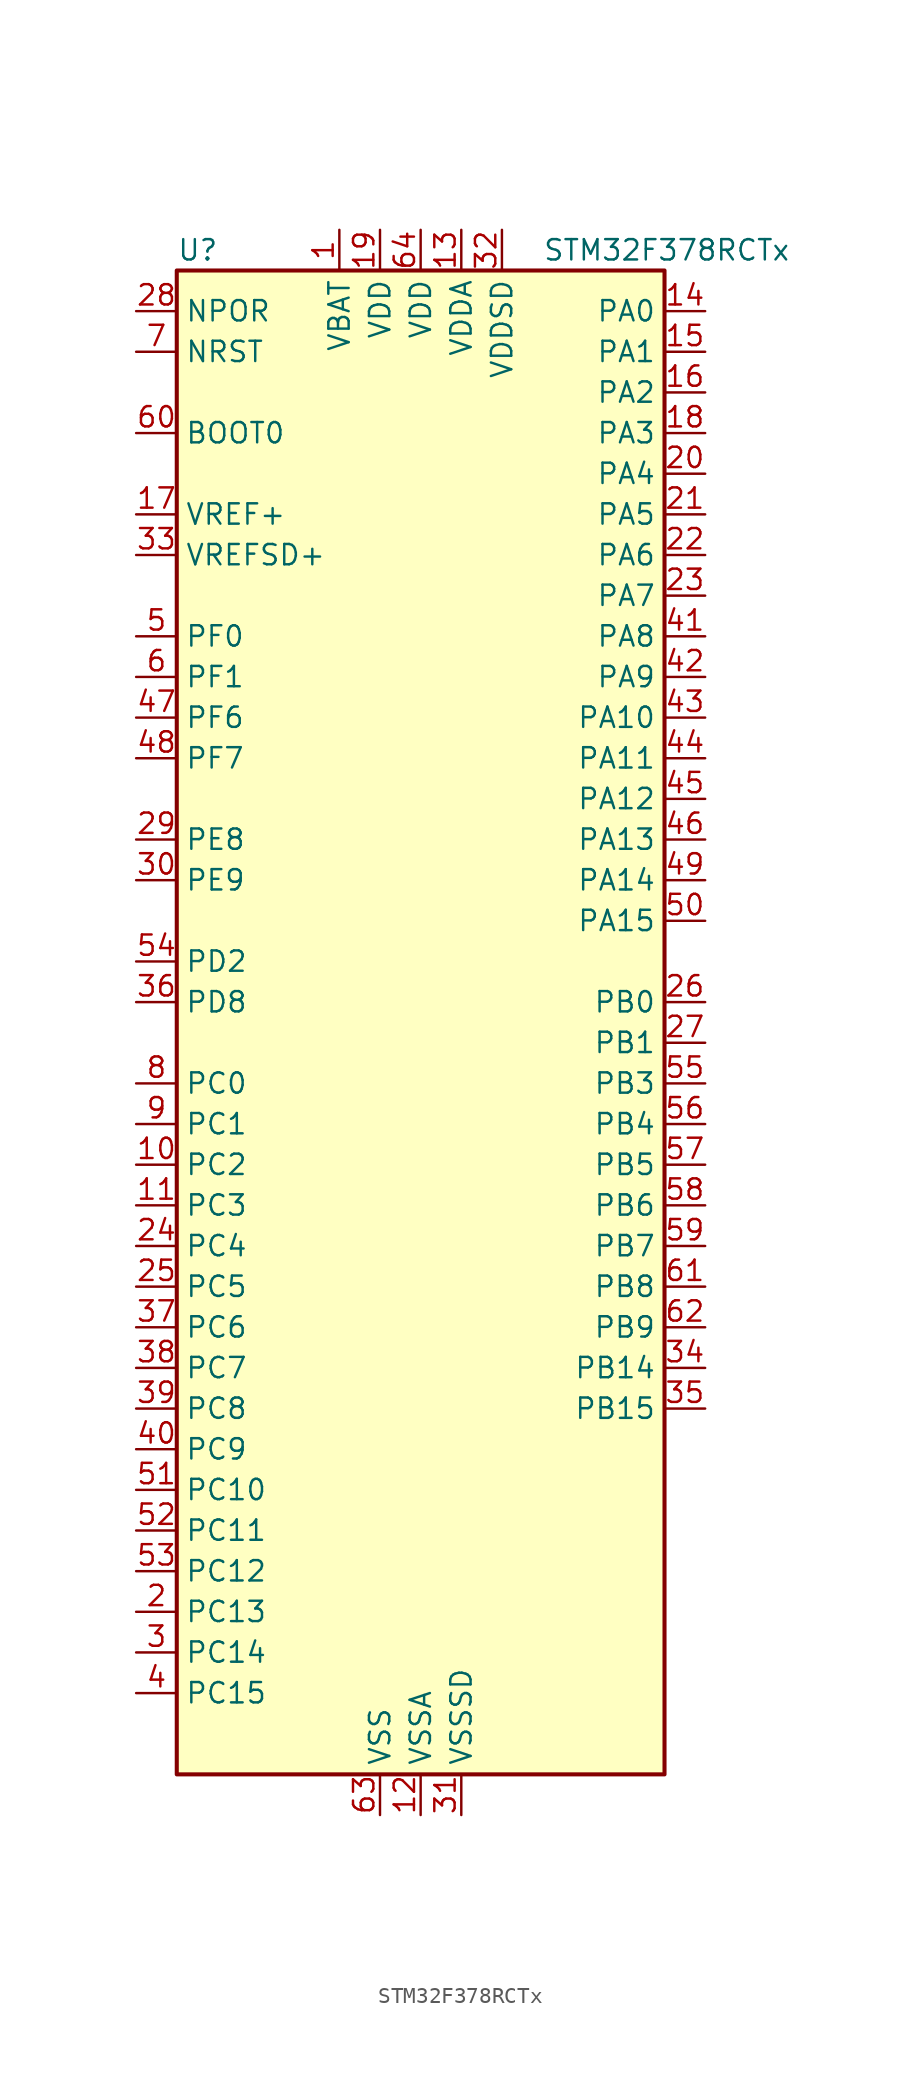
<source format=kicad_sym>
(kicad_symbol_lib
  (version 20231120)
  (generator "kicad_symbol_editor")
  (generator_version "8.0")
  (symbol "STM32F378RCTx"
    (property "Reference" "U"
      (at -15.24 49.53 0)
      (effects (font (size 1.27 1.27)) (justify left)))
    (property "Value" "STM32F378RCTx"
      (at 7.62 49.53 0)
      (effects (font (size 1.27 1.27)) (justify left)))
    (property "ki_locked" ""
      (at 0 0 0)
      (effects (font (size 1.27 1.27))))
    (symbol "STM32F378RCTx_0_1"
      (rectangle (start -15.24 -45.72) (end 15.24 48.26) (stroke (width 0.254) (type default)) (fill (type background))))
    (symbol "STM32F378RCTx_1_1"
      (pin power_in line (at -5.08 50.8 270) (length 2.54) (name "VBAT" (effects (font (size 1.27 1.27)))) (number "1" (effects (font (size 1.27 1.27)))))
      (pin bidirectional line (at -17.78 -7.62 0) (length 2.54) (name "PC2" (effects (font (size 1.27 1.27)))) (number "10" (effects (font (size 1.27 1.27)))) (alternate "ADC1_IN12" bidirectional line) (alternate "I2S2_MCK" bidirectional line) (alternate "SPI2_MISO" bidirectional line) (alternate "TIM5_CH3" bidirectional line))
      (pin bidirectional line (at -17.78 -10.16 0) (length 2.54) (name "PC3" (effects (font (size 1.27 1.27)))) (number "11" (effects (font (size 1.27 1.27)))) (alternate "ADC1_IN13" bidirectional line) (alternate "I2S2_SD" bidirectional line) (alternate "SPI2_MOSI" bidirectional line) (alternate "TIM5_CH4" bidirectional line))
      (pin power_in line (at 0 -48.26 90) (length 2.54) (name "VSSA" (effects (font (size 1.27 1.27)))) (number "12" (effects (font (size 1.27 1.27)))))
      (pin power_in line (at 2.54 50.8 270) (length 2.54) (name "VDDA" (effects (font (size 1.27 1.27)))) (number "13" (effects (font (size 1.27 1.27)))))
      (pin bidirectional line (at 17.78 45.72 180) (length 2.54) (name "PA0" (effects (font (size 1.27 1.27)))) (number "14" (effects (font (size 1.27 1.27)))) (alternate "ADC1_IN0" bidirectional line) (alternate "COMP1_INM" bidirectional line) (alternate "COMP1_OUT" bidirectional line) (alternate "RTC_TAMP2" bidirectional line) (alternate "SYS_WKUP1" bidirectional line) (alternate "TIM19_CH1" bidirectional line) (alternate "TIM2_CH1" bidirectional line) (alternate "TIM2_ETR" bidirectional line) (alternate "TIM5_CH1" bidirectional line) (alternate "TIM5_ETR" bidirectional line) (alternate "TSC_G1_IO1" bidirectional line) (alternate "USART2_CTS" bidirectional line))
      (pin bidirectional line (at 17.78 43.18 180) (length 2.54) (name "PA1" (effects (font (size 1.27 1.27)))) (number "15" (effects (font (size 1.27 1.27)))) (alternate "ADC1_IN1" bidirectional line) (alternate "COMP1_INP" bidirectional line) (alternate "I2S3_CK" bidirectional line) (alternate "RTC_REFIN" bidirectional line) (alternate "SPI3_SCK" bidirectional line) (alternate "TIM15_CH1N" bidirectional line) (alternate "TIM19_CH2" bidirectional line) (alternate "TIM2_CH2" bidirectional line) (alternate "TIM5_CH2" bidirectional line) (alternate "TSC_G1_IO2" bidirectional line) (alternate "USART2_DE" bidirectional line) (alternate "USART2_RTS" bidirectional line))
      (pin bidirectional line (at 17.78 40.64 180) (length 2.54) (name "PA2" (effects (font (size 1.27 1.27)))) (number "16" (effects (font (size 1.27 1.27)))) (alternate "ADC1_IN2" bidirectional line) (alternate "COMP2_INM" bidirectional line) (alternate "COMP2_OUT" bidirectional line) (alternate "I2S3_MCK" bidirectional line) (alternate "SPI3_MISO" bidirectional line) (alternate "TIM15_CH1" bidirectional line) (alternate "TIM19_CH3" bidirectional line) (alternate "TIM2_CH3" bidirectional line) (alternate "TIM5_CH3" bidirectional line) (alternate "TSC_G1_IO3" bidirectional line) (alternate "USART2_TX" bidirectional line))
      (pin input line (at -17.78 33.02 0) (length 2.54) (name "VREF+" (effects (font (size 1.27 1.27)))) (number "17" (effects (font (size 1.27 1.27)))))
      (pin bidirectional line (at 17.78 38.1 180) (length 2.54) (name "PA3" (effects (font (size 1.27 1.27)))) (number "18" (effects (font (size 1.27 1.27)))) (alternate "ADC1_IN3" bidirectional line) (alternate "COMP2_INP" bidirectional line) (alternate "I2S3_SD" bidirectional line) (alternate "SPI3_MOSI" bidirectional line) (alternate "TIM15_CH2" bidirectional line) (alternate "TIM19_CH4" bidirectional line) (alternate "TIM2_CH4" bidirectional line) (alternate "TIM5_CH4" bidirectional line) (alternate "TSC_G1_IO4" bidirectional line) (alternate "USART2_RX" bidirectional line))
      (pin power_in line (at -2.54 50.8 270) (length 2.54) (name "VDD" (effects (font (size 1.27 1.27)))) (number "19" (effects (font (size 1.27 1.27)))))
      (pin bidirectional line (at -17.78 -35.56 0) (length 2.54) (name "PC13" (effects (font (size 1.27 1.27)))) (number "2" (effects (font (size 1.27 1.27)))) (alternate "RTC_OUT_ALARM" bidirectional line) (alternate "RTC_OUT_CALIB" bidirectional line) (alternate "RTC_TAMP1" bidirectional line) (alternate "RTC_TS" bidirectional line) (alternate "SYS_WKUP2" bidirectional line))
      (pin bidirectional line (at 17.78 35.56 180) (length 2.54) (name "PA4" (effects (font (size 1.27 1.27)))) (number "20" (effects (font (size 1.27 1.27)))) (alternate "ADC1_IN4" bidirectional line) (alternate "DAC1_OUT1" bidirectional line) (alternate "I2S1_WS" bidirectional line) (alternate "I2S3_WS" bidirectional line) (alternate "SPI1_NSS" bidirectional line) (alternate "SPI3_NSS" bidirectional line) (alternate "TIM12_CH1" bidirectional line) (alternate "TIM3_CH2" bidirectional line) (alternate "TSC_G2_IO1" bidirectional line) (alternate "USART2_CK" bidirectional line))
      (pin bidirectional line (at 17.78 33.02 180) (length 2.54) (name "PA5" (effects (font (size 1.27 1.27)))) (number "21" (effects (font (size 1.27 1.27)))) (alternate "ADC1_IN5" bidirectional line) (alternate "CEC" bidirectional line) (alternate "DAC1_OUT2" bidirectional line) (alternate "I2S1_CK" bidirectional line) (alternate "SPI1_SCK" bidirectional line) (alternate "TIM12_CH2" bidirectional line) (alternate "TIM14_CH1" bidirectional line) (alternate "TIM2_CH1" bidirectional line) (alternate "TIM2_ETR" bidirectional line) (alternate "TSC_G2_IO2" bidirectional line))
      (pin bidirectional line (at 17.78 30.48 180) (length 2.54) (name "PA6" (effects (font (size 1.27 1.27)))) (number "22" (effects (font (size 1.27 1.27)))) (alternate "ADC1_IN6" bidirectional line) (alternate "COMP1_OUT" bidirectional line) (alternate "DAC2_OUT1" bidirectional line) (alternate "I2S1_MCK" bidirectional line) (alternate "SPI1_MISO" bidirectional line) (alternate "TIM13_CH1" bidirectional line) (alternate "TIM16_CH1" bidirectional line) (alternate "TIM3_CH1" bidirectional line) (alternate "TSC_G2_IO3" bidirectional line))
      (pin bidirectional line (at 17.78 27.94 180) (length 2.54) (name "PA7" (effects (font (size 1.27 1.27)))) (number "23" (effects (font (size 1.27 1.27)))) (alternate "ADC1_IN7" bidirectional line) (alternate "COMP2_OUT" bidirectional line) (alternate "I2S1_SD" bidirectional line) (alternate "SPI1_MOSI" bidirectional line) (alternate "TIM14_CH1" bidirectional line) (alternate "TIM17_CH1" bidirectional line) (alternate "TIM3_CH2" bidirectional line) (alternate "TSC_G2_IO4" bidirectional line))
      (pin bidirectional line (at -17.78 -12.7 0) (length 2.54) (name "PC4" (effects (font (size 1.27 1.27)))) (number "24" (effects (font (size 1.27 1.27)))) (alternate "ADC1_IN14" bidirectional line) (alternate "TIM13_CH1" bidirectional line) (alternate "TSC_G3_IO1" bidirectional line) (alternate "USART1_TX" bidirectional line))
      (pin bidirectional line (at -17.78 -15.24 0) (length 2.54) (name "PC5" (effects (font (size 1.27 1.27)))) (number "25" (effects (font (size 1.27 1.27)))) (alternate "ADC1_IN15" bidirectional line) (alternate "TSC_G3_IO2" bidirectional line) (alternate "USART1_RX" bidirectional line))
      (pin bidirectional line (at 17.78 2.54 180) (length 2.54) (name "PB0" (effects (font (size 1.27 1.27)))) (number "26" (effects (font (size 1.27 1.27)))) (alternate "ADC1_IN8" bidirectional line) (alternate "I2S1_SD" bidirectional line) (alternate "SDADC1_AIN6P" bidirectional line) (alternate "SPI1_MOSI" bidirectional line) (alternate "TIM3_CH2" bidirectional line) (alternate "TIM3_CH3" bidirectional line) (alternate "TSC_G3_IO3" bidirectional line))
      (pin bidirectional line (at 17.78 0 180) (length 2.54) (name "PB1" (effects (font (size 1.27 1.27)))) (number "27" (effects (font (size 1.27 1.27)))) (alternate "ADC1_IN9" bidirectional line) (alternate "SDADC1_AIN5P" bidirectional line) (alternate "SDADC1_AIN6M" bidirectional line) (alternate "TIM3_CH4" bidirectional line) (alternate "TSC_G3_IO4" bidirectional line))
      (pin input line (at -17.78 45.72 0) (length 2.54) (name "NPOR" (effects (font (size 1.27 1.27)))) (number "28" (effects (font (size 1.27 1.27)))))
      (pin bidirectional line (at -17.78 12.7 0) (length 2.54) (name "PE8" (effects (font (size 1.27 1.27)))) (number "29" (effects (font (size 1.27 1.27)))) (alternate "SDADC1_AIN8P" bidirectional line) (alternate "SDADC2_AIN8P" bidirectional line))
      (pin bidirectional line (at -17.78 -38.1 0) (length 2.54) (name "PC14" (effects (font (size 1.27 1.27)))) (number "3" (effects (font (size 1.27 1.27)))) (alternate "RCC_OSC32_IN" bidirectional line))
      (pin bidirectional line (at -17.78 10.16 0) (length 2.54) (name "PE9" (effects (font (size 1.27 1.27)))) (number "30" (effects (font (size 1.27 1.27)))) (alternate "DAC1_EXTI9" bidirectional line) (alternate "DAC2_EXTI9" bidirectional line) (alternate "SDADC1_AIN7P" bidirectional line) (alternate "SDADC1_AIN8M" bidirectional line) (alternate "SDADC2_AIN7P" bidirectional line) (alternate "SDADC2_AIN8M" bidirectional line))
      (pin power_in line (at 2.54 -48.26 90) (length 2.54) (name "VSSSD" (effects (font (size 1.27 1.27)))) (number "31" (effects (font (size 1.27 1.27)))))
      (pin power_in line (at 5.08 50.8 270) (length 2.54) (name "VDDSD" (effects (font (size 1.27 1.27)))) (number "32" (effects (font (size 1.27 1.27)))))
      (pin input line (at -17.78 30.48 0) (length 2.54) (name "VREFSD+" (effects (font (size 1.27 1.27)))) (number "33" (effects (font (size 1.27 1.27)))))
      (pin bidirectional line (at 17.78 -20.32 180) (length 2.54) (name "PB14" (effects (font (size 1.27 1.27)))) (number "34" (effects (font (size 1.27 1.27)))) (alternate "I2S2_MCK" bidirectional line) (alternate "SDADC3_AIN8P" bidirectional line) (alternate "SPI2_MISO" bidirectional line) (alternate "TIM12_CH1" bidirectional line) (alternate "TIM15_CH1" bidirectional line) (alternate "TSC_G6_IO1" bidirectional line) (alternate "USART3_DE" bidirectional line) (alternate "USART3_RTS" bidirectional line))
      (pin bidirectional line (at 17.78 -22.86 180) (length 2.54) (name "PB15" (effects (font (size 1.27 1.27)))) (number "35" (effects (font (size 1.27 1.27)))) (alternate "ADC1_EXTI15" bidirectional line) (alternate "I2S2_SD" bidirectional line) (alternate "RTC_REFIN" bidirectional line) (alternate "SDADC1_EXTI15" bidirectional line) (alternate "SDADC2_EXTI15" bidirectional line) (alternate "SDADC3_AIN7P" bidirectional line) (alternate "SDADC3_AIN8M" bidirectional line) (alternate "SDADC3_EXTI15" bidirectional line) (alternate "SPI2_MOSI" bidirectional line) (alternate "TIM12_CH2" bidirectional line) (alternate "TIM15_CH1N" bidirectional line) (alternate "TIM15_CH2" bidirectional line) (alternate "TSC_G6_IO2" bidirectional line))
      (pin bidirectional line (at -17.78 2.54 0) (length 2.54) (name "PD8" (effects (font (size 1.27 1.27)))) (number "36" (effects (font (size 1.27 1.27)))) (alternate "I2S2_CK" bidirectional line) (alternate "SDADC3_AIN6P" bidirectional line) (alternate "SPI2_SCK" bidirectional line) (alternate "TSC_G6_IO3" bidirectional line) (alternate "USART3_TX" bidirectional line))
      (pin bidirectional line (at -17.78 -17.78 0) (length 2.54) (name "PC6" (effects (font (size 1.27 1.27)))) (number "37" (effects (font (size 1.27 1.27)))) (alternate "I2S1_WS" bidirectional line) (alternate "SPI1_NSS" bidirectional line) (alternate "TIM3_CH1" bidirectional line))
      (pin bidirectional line (at -17.78 -20.32 0) (length 2.54) (name "PC7" (effects (font (size 1.27 1.27)))) (number "38" (effects (font (size 1.27 1.27)))) (alternate "I2S1_CK" bidirectional line) (alternate "SPI1_SCK" bidirectional line) (alternate "TIM3_CH2" bidirectional line))
      (pin bidirectional line (at -17.78 -22.86 0) (length 2.54) (name "PC8" (effects (font (size 1.27 1.27)))) (number "39" (effects (font (size 1.27 1.27)))) (alternate "I2S1_MCK" bidirectional line) (alternate "SPI1_MISO" bidirectional line) (alternate "TIM3_CH3" bidirectional line))
      (pin bidirectional line (at -17.78 -40.64 0) (length 2.54) (name "PC15" (effects (font (size 1.27 1.27)))) (number "4" (effects (font (size 1.27 1.27)))) (alternate "ADC1_EXTI15" bidirectional line) (alternate "RCC_OSC32_OUT" bidirectional line) (alternate "SDADC1_EXTI15" bidirectional line) (alternate "SDADC2_EXTI15" bidirectional line) (alternate "SDADC3_EXTI15" bidirectional line))
      (pin bidirectional line (at -17.78 -25.4 0) (length 2.54) (name "PC9" (effects (font (size 1.27 1.27)))) (number "40" (effects (font (size 1.27 1.27)))) (alternate "DAC1_EXTI9" bidirectional line) (alternate "DAC2_EXTI9" bidirectional line) (alternate "I2S1_SD" bidirectional line) (alternate "SPI1_MOSI" bidirectional line) (alternate "TIM3_CH4" bidirectional line))
      (pin bidirectional line (at 17.78 25.4 180) (length 2.54) (name "PA8" (effects (font (size 1.27 1.27)))) (number "41" (effects (font (size 1.27 1.27)))) (alternate "I2C2_SMBA" bidirectional line) (alternate "I2S2_CK" bidirectional line) (alternate "RCC_MCO" bidirectional line) (alternate "SPI2_SCK" bidirectional line) (alternate "TIM4_ETR" bidirectional line) (alternate "TIM5_CH1" bidirectional line) (alternate "TIM5_ETR" bidirectional line) (alternate "USART1_CK" bidirectional line))
      (pin bidirectional line (at 17.78 22.86 180) (length 2.54) (name "PA9" (effects (font (size 1.27 1.27)))) (number "42" (effects (font (size 1.27 1.27)))) (alternate "DAC1_EXTI9" bidirectional line) (alternate "DAC2_EXTI9" bidirectional line) (alternate "I2C2_SCL" bidirectional line) (alternate "I2S2_MCK" bidirectional line) (alternate "SPI2_MISO" bidirectional line) (alternate "TIM13_CH1" bidirectional line) (alternate "TIM15_BKIN" bidirectional line) (alternate "TIM2_CH3" bidirectional line) (alternate "TSC_G4_IO1" bidirectional line) (alternate "USART1_TX" bidirectional line))
      (pin bidirectional line (at 17.78 20.32 180) (length 2.54) (name "PA10" (effects (font (size 1.27 1.27)))) (number "43" (effects (font (size 1.27 1.27)))) (alternate "I2C2_SDA" bidirectional line) (alternate "I2S2_SD" bidirectional line) (alternate "SPI2_MOSI" bidirectional line) (alternate "TIM14_CH1" bidirectional line) (alternate "TIM17_BKIN" bidirectional line) (alternate "TIM2_CH4" bidirectional line) (alternate "TSC_G4_IO2" bidirectional line) (alternate "USART1_RX" bidirectional line))
      (pin bidirectional line (at 17.78 17.78 180) (length 2.54) (name "PA11" (effects (font (size 1.27 1.27)))) (number "44" (effects (font (size 1.27 1.27)))) (alternate "ADC1_EXTI11" bidirectional line) (alternate "CAN_RX" bidirectional line) (alternate "COMP1_OUT" bidirectional line) (alternate "I2S1_WS" bidirectional line) (alternate "I2S2_WS" bidirectional line) (alternate "SDADC1_EXTI11" bidirectional line) (alternate "SDADC2_EXTI11" bidirectional line) (alternate "SDADC3_EXTI11" bidirectional line) (alternate "SPI1_NSS" bidirectional line) (alternate "SPI2_NSS" bidirectional line) (alternate "TIM4_CH1" bidirectional line) (alternate "TIM5_CH2" bidirectional line) (alternate "USART1_CTS" bidirectional line))
      (pin bidirectional line (at 17.78 15.24 180) (length 2.54) (name "PA12" (effects (font (size 1.27 1.27)))) (number "45" (effects (font (size 1.27 1.27)))) (alternate "CAN_TX" bidirectional line) (alternate "COMP2_OUT" bidirectional line) (alternate "I2S1_CK" bidirectional line) (alternate "SPI1_SCK" bidirectional line) (alternate "TIM16_CH1" bidirectional line) (alternate "TIM4_CH2" bidirectional line) (alternate "TIM5_CH3" bidirectional line) (alternate "USART1_DE" bidirectional line) (alternate "USART1_RTS" bidirectional line))
      (pin bidirectional line (at 17.78 12.7 180) (length 2.54) (name "PA13" (effects (font (size 1.27 1.27)))) (number "46" (effects (font (size 1.27 1.27)))) (alternate "I2S1_MCK" bidirectional line) (alternate "IR_OUT" bidirectional line) (alternate "SPI1_MISO" bidirectional line) (alternate "SYS_JTMS-SWDIO" bidirectional line) (alternate "TIM16_CH1N" bidirectional line) (alternate "TIM4_CH3" bidirectional line) (alternate "TIM5_CH4" bidirectional line) (alternate "TSC_G4_IO3" bidirectional line) (alternate "USART3_CTS" bidirectional line))
      (pin bidirectional line (at -17.78 20.32 0) (length 2.54) (name "PF6" (effects (font (size 1.27 1.27)))) (number "47" (effects (font (size 1.27 1.27)))) (alternate "I2C2_SCL" bidirectional line) (alternate "I2S1_SD" bidirectional line) (alternate "SPI1_MOSI" bidirectional line) (alternate "TIM4_CH4" bidirectional line) (alternate "USART3_DE" bidirectional line) (alternate "USART3_RTS" bidirectional line))
      (pin bidirectional line (at -17.78 17.78 0) (length 2.54) (name "PF7" (effects (font (size 1.27 1.27)))) (number "48" (effects (font (size 1.27 1.27)))) (alternate "I2C2_SDA" bidirectional line) (alternate "USART2_CK" bidirectional line))
      (pin bidirectional line (at 17.78 10.16 180) (length 2.54) (name "PA14" (effects (font (size 1.27 1.27)))) (number "49" (effects (font (size 1.27 1.27)))) (alternate "I2C1_SDA" bidirectional line) (alternate "SYS_JTCK-SWCLK" bidirectional line) (alternate "TIM12_CH1" bidirectional line) (alternate "TSC_G4_IO4" bidirectional line))
      (pin bidirectional line (at -17.78 25.4 0) (length 2.54) (name "PF0" (effects (font (size 1.27 1.27)))) (number "5" (effects (font (size 1.27 1.27)))) (alternate "I2C2_SDA" bidirectional line) (alternate "RCC_OSC_IN" bidirectional line))
      (pin bidirectional line (at 17.78 7.62 180) (length 2.54) (name "PA15" (effects (font (size 1.27 1.27)))) (number "50" (effects (font (size 1.27 1.27)))) (alternate "ADC1_EXTI15" bidirectional line) (alternate "I2C1_SCL" bidirectional line) (alternate "I2S1_WS" bidirectional line) (alternate "I2S3_WS" bidirectional line) (alternate "SDADC1_EXTI15" bidirectional line) (alternate "SDADC2_EXTI15" bidirectional line) (alternate "SDADC3_EXTI15" bidirectional line) (alternate "SPI1_NSS" bidirectional line) (alternate "SPI3_NSS" bidirectional line) (alternate "SYS_JTDI" bidirectional line) (alternate "TIM12_CH2" bidirectional line) (alternate "TIM2_CH1" bidirectional line) (alternate "TIM2_ETR" bidirectional line) (alternate "TSC_SYNC" bidirectional line))
      (pin bidirectional line (at -17.78 -27.94 0) (length 2.54) (name "PC10" (effects (font (size 1.27 1.27)))) (number "51" (effects (font (size 1.27 1.27)))) (alternate "I2S3_CK" bidirectional line) (alternate "SPI3_SCK" bidirectional line) (alternate "TIM19_CH1" bidirectional line) (alternate "USART3_TX" bidirectional line))
      (pin bidirectional line (at -17.78 -30.48 0) (length 2.54) (name "PC11" (effects (font (size 1.27 1.27)))) (number "52" (effects (font (size 1.27 1.27)))) (alternate "ADC1_EXTI11" bidirectional line) (alternate "I2S3_MCK" bidirectional line) (alternate "SDADC1_EXTI11" bidirectional line) (alternate "SDADC2_EXTI11" bidirectional line) (alternate "SDADC3_EXTI11" bidirectional line) (alternate "SPI3_MISO" bidirectional line) (alternate "TIM19_CH2" bidirectional line) (alternate "USART3_RX" bidirectional line))
      (pin bidirectional line (at -17.78 -33.02 0) (length 2.54) (name "PC12" (effects (font (size 1.27 1.27)))) (number "53" (effects (font (size 1.27 1.27)))) (alternate "I2S3_SD" bidirectional line) (alternate "SPI3_MOSI" bidirectional line) (alternate "TIM19_CH3" bidirectional line) (alternate "USART3_CK" bidirectional line))
      (pin bidirectional line (at -17.78 5.08 0) (length 2.54) (name "PD2" (effects (font (size 1.27 1.27)))) (number "54" (effects (font (size 1.27 1.27)))) (alternate "TIM3_ETR" bidirectional line))
      (pin bidirectional line (at 17.78 -2.54 180) (length 2.54) (name "PB3" (effects (font (size 1.27 1.27)))) (number "55" (effects (font (size 1.27 1.27)))) (alternate "I2S1_CK" bidirectional line) (alternate "I2S3_CK" bidirectional line) (alternate "SPI1_SCK" bidirectional line) (alternate "SPI3_SCK" bidirectional line) (alternate "SYS_JTDO-TRACESWO" bidirectional line) (alternate "TIM13_CH1" bidirectional line) (alternate "TIM2_CH2" bidirectional line) (alternate "TIM3_ETR" bidirectional line) (alternate "TIM4_ETR" bidirectional line) (alternate "TSC_G5_IO1" bidirectional line) (alternate "USART2_TX" bidirectional line))
      (pin bidirectional line (at 17.78 -5.08 180) (length 2.54) (name "PB4" (effects (font (size 1.27 1.27)))) (number "56" (effects (font (size 1.27 1.27)))) (alternate "I2S1_MCK" bidirectional line) (alternate "I2S3_MCK" bidirectional line) (alternate "SPI1_MISO" bidirectional line) (alternate "SPI3_MISO" bidirectional line) (alternate "SYS_NJTRST" bidirectional line) (alternate "TIM15_CH1N" bidirectional line) (alternate "TIM16_CH1" bidirectional line) (alternate "TIM17_BKIN" bidirectional line) (alternate "TIM3_CH1" bidirectional line) (alternate "TSC_G5_IO2" bidirectional line) (alternate "USART2_RX" bidirectional line))
      (pin bidirectional line (at 17.78 -7.62 180) (length 2.54) (name "PB5" (effects (font (size 1.27 1.27)))) (number "57" (effects (font (size 1.27 1.27)))) (alternate "I2C1_SMBA" bidirectional line) (alternate "I2S1_SD" bidirectional line) (alternate "I2S3_SD" bidirectional line) (alternate "SPI1_MOSI" bidirectional line) (alternate "SPI3_MOSI" bidirectional line) (alternate "TIM16_BKIN" bidirectional line) (alternate "TIM17_CH1" bidirectional line) (alternate "TIM19_ETR" bidirectional line) (alternate "TIM3_CH2" bidirectional line) (alternate "USART2_CK" bidirectional line))
      (pin bidirectional line (at 17.78 -10.16 180) (length 2.54) (name "PB6" (effects (font (size 1.27 1.27)))) (number "58" (effects (font (size 1.27 1.27)))) (alternate "I2C1_SCL" bidirectional line) (alternate "TIM15_CH1" bidirectional line) (alternate "TIM16_CH1N" bidirectional line) (alternate "TIM19_CH1" bidirectional line) (alternate "TIM3_CH3" bidirectional line) (alternate "TIM4_CH1" bidirectional line) (alternate "TSC_G5_IO3" bidirectional line) (alternate "USART1_TX" bidirectional line))
      (pin bidirectional line (at 17.78 -12.7 180) (length 2.54) (name "PB7" (effects (font (size 1.27 1.27)))) (number "59" (effects (font (size 1.27 1.27)))) (alternate "I2C1_SDA" bidirectional line) (alternate "TIM15_CH2" bidirectional line) (alternate "TIM17_CH1N" bidirectional line) (alternate "TIM19_CH2" bidirectional line) (alternate "TIM3_CH4" bidirectional line) (alternate "TIM4_CH2" bidirectional line) (alternate "TSC_G5_IO4" bidirectional line) (alternate "USART1_RX" bidirectional line))
      (pin bidirectional line (at -17.78 22.86 0) (length 2.54) (name "PF1" (effects (font (size 1.27 1.27)))) (number "6" (effects (font (size 1.27 1.27)))) (alternate "I2C2_SCL" bidirectional line) (alternate "RCC_OSC_OUT" bidirectional line))
      (pin input line (at -17.78 38.1 0) (length 2.54) (name "BOOT0" (effects (font (size 1.27 1.27)))) (number "60" (effects (font (size 1.27 1.27)))))
      (pin bidirectional line (at 17.78 -15.24 180) (length 2.54) (name "PB8" (effects (font (size 1.27 1.27)))) (number "61" (effects (font (size 1.27 1.27)))) (alternate "CAN_RX" bidirectional line) (alternate "CEC" bidirectional line) (alternate "COMP1_OUT" bidirectional line) (alternate "I2C1_SCL" bidirectional line) (alternate "I2S2_CK" bidirectional line) (alternate "SPI2_SCK" bidirectional line) (alternate "TIM16_CH1" bidirectional line) (alternate "TIM19_CH3" bidirectional line) (alternate "TIM4_CH3" bidirectional line) (alternate "TSC_SYNC" bidirectional line) (alternate "USART3_TX" bidirectional line))
      (pin bidirectional line (at 17.78 -17.78 180) (length 2.54) (name "PB9" (effects (font (size 1.27 1.27)))) (number "62" (effects (font (size 1.27 1.27)))) (alternate "CAN_TX" bidirectional line) (alternate "COMP2_OUT" bidirectional line) (alternate "DAC1_EXTI9" bidirectional line) (alternate "DAC2_EXTI9" bidirectional line) (alternate "I2C1_SDA" bidirectional line) (alternate "I2S2_WS" bidirectional line) (alternate "IR_OUT" bidirectional line) (alternate "SPI2_NSS" bidirectional line) (alternate "TIM17_CH1" bidirectional line) (alternate "TIM19_CH4" bidirectional line) (alternate "TIM4_CH4" bidirectional line) (alternate "USART3_RX" bidirectional line))
      (pin power_in line (at -2.54 -48.26 90) (length 2.54) (name "VSS" (effects (font (size 1.27 1.27)))) (number "63" (effects (font (size 1.27 1.27)))))
      (pin power_in line (at 0 50.8 270) (length 2.54) (name "VDD" (effects (font (size 1.27 1.27)))) (number "64" (effects (font (size 1.27 1.27)))))
      (pin input line (at -17.78 43.18 0) (length 2.54) (name "NRST" (effects (font (size 1.27 1.27)))) (number "7" (effects (font (size 1.27 1.27)))))
      (pin bidirectional line (at -17.78 -2.54 0) (length 2.54) (name "PC0" (effects (font (size 1.27 1.27)))) (number "8" (effects (font (size 1.27 1.27)))) (alternate "ADC1_IN10" bidirectional line) (alternate "TIM5_CH1" bidirectional line) (alternate "TIM5_ETR" bidirectional line))
      (pin bidirectional line (at -17.78 -5.08 0) (length 2.54) (name "PC1" (effects (font (size 1.27 1.27)))) (number "9" (effects (font (size 1.27 1.27)))) (alternate "ADC1_IN11" bidirectional line) (alternate "TIM5_CH2" bidirectional line)))))
</source>
